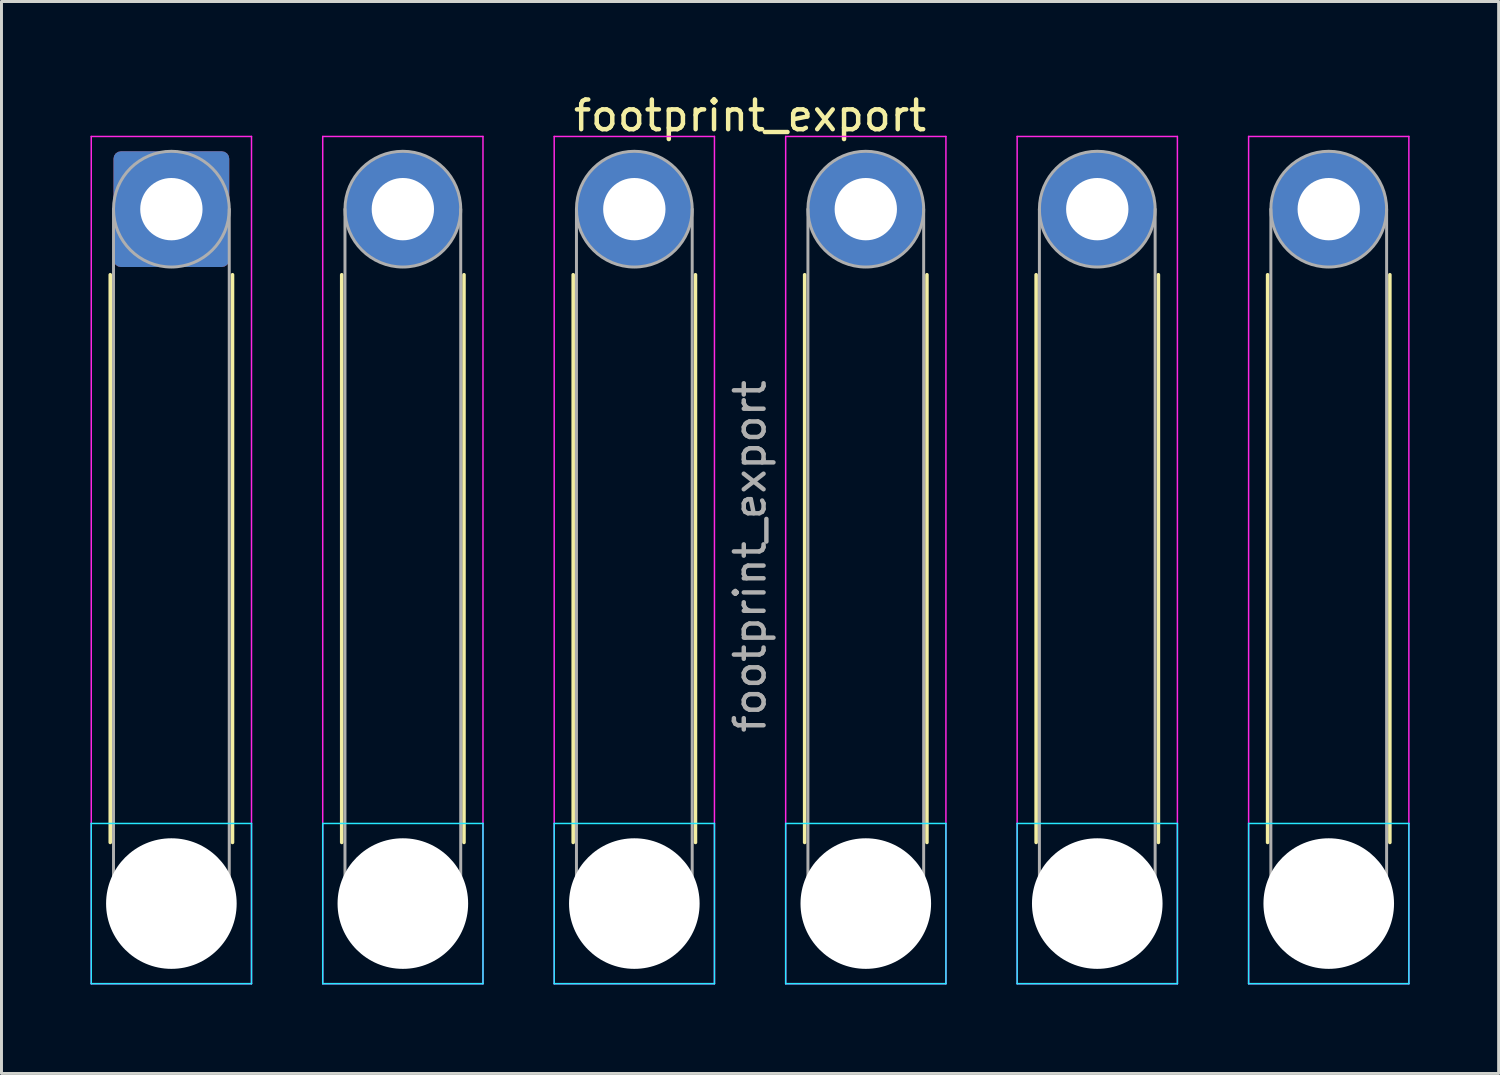
<source format=kicad_pcb>
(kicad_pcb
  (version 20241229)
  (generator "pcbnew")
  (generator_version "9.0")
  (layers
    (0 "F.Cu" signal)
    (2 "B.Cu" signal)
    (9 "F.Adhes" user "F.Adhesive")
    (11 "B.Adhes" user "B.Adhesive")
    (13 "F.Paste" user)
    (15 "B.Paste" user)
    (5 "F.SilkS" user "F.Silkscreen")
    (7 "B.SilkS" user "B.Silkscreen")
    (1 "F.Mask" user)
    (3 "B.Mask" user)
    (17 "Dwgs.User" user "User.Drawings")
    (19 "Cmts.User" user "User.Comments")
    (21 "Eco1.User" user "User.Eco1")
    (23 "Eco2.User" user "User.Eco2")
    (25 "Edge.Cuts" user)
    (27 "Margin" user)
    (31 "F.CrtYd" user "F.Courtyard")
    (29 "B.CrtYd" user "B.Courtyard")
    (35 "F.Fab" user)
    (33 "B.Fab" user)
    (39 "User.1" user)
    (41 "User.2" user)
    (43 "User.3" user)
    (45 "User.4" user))
  (footprint "footprint_export"
    (layer "F.Cu")
    (at 2.725 3.998)
    (property "Reference" "footprint_export" (at 19.5 -3.15 0) (layer "F.SilkS") (effects (font (size 1 1) (thickness 0.15))))
    (attr exclude_from_pos_files exclude_from_bom)
    (fp_line (start -2.06 2.21) (end -2.06 21.34) (stroke (width 0.12) (type solid)) (layer "F.SilkS"))
    (fp_line (start 2.06 2.21) (end 2.06 21.34) (stroke (width 0.12) (type solid)) (layer "F.SilkS"))
    (fp_line (start 5.74 2.21) (end 5.74 21.34) (stroke (width 0.12) (type solid)) (layer "F.SilkS"))
    (fp_line (start 9.86 2.21) (end 9.86 21.34) (stroke (width 0.12) (type solid)) (layer "F.SilkS"))
    (fp_line (start 13.54 2.21) (end 13.54 21.34) (stroke (width 0.12) (type solid)) (layer "F.SilkS"))
    (fp_line (start 17.66 2.21) (end 17.66 21.34) (stroke (width 0.12) (type solid)) (layer "F.SilkS"))
    (fp_line (start 21.34 2.21) (end 21.34 21.34) (stroke (width 0.12) (type solid)) (layer "F.SilkS"))
    (fp_line (start 25.46 2.21) (end 25.46 21.34) (stroke (width 0.12) (type solid)) (layer "F.SilkS"))
    (fp_line (start 29.14 2.21) (end 29.14 21.34) (stroke (width 0.12) (type solid)) (layer "F.SilkS"))
    (fp_line (start 33.26 2.21) (end 33.26 21.34) (stroke (width 0.12) (type solid)) (layer "F.SilkS"))
    (fp_line (start 36.94 2.21) (end 36.94 21.34) (stroke (width 0.12) (type solid)) (layer "F.SilkS"))
    (fp_line (start 41.06 2.21) (end 41.06 21.34) (stroke (width 0.12) (type solid)) (layer "F.SilkS"))
    (fp_line (start -2.7 20.7) (end -2.7 26.1) (stroke (width 0.05) (type solid)) (layer "B.CrtYd"))
    (fp_line (start -2.7 26.1) (end 2.7 26.1) (stroke (width 0.05) (type solid)) (layer "B.CrtYd"))
    (fp_line (start 2.7 20.7) (end -2.7 20.7) (stroke (width 0.05) (type solid)) (layer "B.CrtYd"))
    (fp_line (start 2.7 26.1) (end 2.7 20.7) (stroke (width 0.05) (type solid)) (layer "B.CrtYd"))
    (fp_line (start 5.1 20.7) (end 5.1 26.1) (stroke (width 0.05) (type solid)) (layer "B.CrtYd"))
    (fp_line (start 5.1 26.1) (end 10.5 26.1) (stroke (width 0.05) (type solid)) (layer "B.CrtYd"))
    (fp_line (start 10.5 20.7) (end 5.1 20.7) (stroke (width 0.05) (type solid)) (layer "B.CrtYd"))
    (fp_line (start 10.5 26.1) (end 10.5 20.7) (stroke (width 0.05) (type solid)) (layer "B.CrtYd"))
    (fp_line (start 12.9 20.7) (end 12.9 26.1) (stroke (width 0.05) (type solid)) (layer "B.CrtYd"))
    (fp_line (start 12.9 26.1) (end 18.3 26.1) (stroke (width 0.05) (type solid)) (layer "B.CrtYd"))
    (fp_line (start 18.3 20.7) (end 12.9 20.7) (stroke (width 0.05) (type solid)) (layer "B.CrtYd"))
    (fp_line (start 18.3 26.1) (end 18.3 20.7) (stroke (width 0.05) (type solid)) (layer "B.CrtYd"))
    (fp_line (start 20.7 20.7) (end 20.7 26.1) (stroke (width 0.05) (type solid)) (layer "B.CrtYd"))
    (fp_line (start 20.7 26.1) (end 26.1 26.1) (stroke (width 0.05) (type solid)) (layer "B.CrtYd"))
    (fp_line (start 26.1 20.7) (end 20.7 20.7) (stroke (width 0.05) (type solid)) (layer "B.CrtYd"))
    (fp_line (start 26.1 26.1) (end 26.1 20.7) (stroke (width 0.05) (type solid)) (layer "B.CrtYd"))
    (fp_line (start 28.5 20.7) (end 28.5 26.1) (stroke (width 0.05) (type solid)) (layer "B.CrtYd"))
    (fp_line (start 28.5 26.1) (end 33.9 26.1) (stroke (width 0.05) (type solid)) (layer "B.CrtYd"))
    (fp_line (start 33.9 20.7) (end 28.5 20.7) (stroke (width 0.05) (type solid)) (layer "B.CrtYd"))
    (fp_line (start 33.9 26.1) (end 33.9 20.7) (stroke (width 0.05) (type solid)) (layer "B.CrtYd"))
    (fp_line (start 36.3 20.7) (end 36.3 26.1) (stroke (width 0.05) (type solid)) (layer "B.CrtYd"))
    (fp_line (start 36.3 26.1) (end 41.7 26.1) (stroke (width 0.05) (type solid)) (layer "B.CrtYd"))
    (fp_line (start 41.7 20.7) (end 36.3 20.7) (stroke (width 0.05) (type solid)) (layer "B.CrtYd"))
    (fp_line (start 41.7 26.1) (end 41.7 20.7) (stroke (width 0.05) (type solid)) (layer "B.CrtYd"))
    (fp_line (start -2.7 -2.45) (end -2.7 26.1) (stroke (width 0.05) (type solid)) (layer "F.CrtYd"))
    (fp_line (start -2.7 26.1) (end 2.7 26.1) (stroke (width 0.05) (type solid)) (layer "F.CrtYd"))
    (fp_line (start 2.7 -2.45) (end -2.7 -2.45) (stroke (width 0.05) (type solid)) (layer "F.CrtYd"))
    (fp_line (start 2.7 26.1) (end 2.7 -2.45) (stroke (width 0.05) (type solid)) (layer "F.CrtYd"))
    (fp_line (start 5.1 -2.45) (end 5.1 26.1) (stroke (width 0.05) (type solid)) (layer "F.CrtYd"))
    (fp_line (start 5.1 26.1) (end 10.5 26.1) (stroke (width 0.05) (type solid)) (layer "F.CrtYd"))
    (fp_line (start 10.5 -2.45) (end 5.1 -2.45) (stroke (width 0.05) (type solid)) (layer "F.CrtYd"))
    (fp_line (start 10.5 26.1) (end 10.5 -2.45) (stroke (width 0.05) (type solid)) (layer "F.CrtYd"))
    (fp_line (start 12.9 -2.45) (end 12.9 26.1) (stroke (width 0.05) (type solid)) (layer "F.CrtYd"))
    (fp_line (start 12.9 26.1) (end 18.3 26.1) (stroke (width 0.05) (type solid)) (layer "F.CrtYd"))
    (fp_line (start 18.3 -2.45) (end 12.9 -2.45) (stroke (width 0.05) (type solid)) (layer "F.CrtYd"))
    (fp_line (start 18.3 26.1) (end 18.3 -2.45) (stroke (width 0.05) (type solid)) (layer "F.CrtYd"))
    (fp_line (start 20.7 -2.45) (end 20.7 26.1) (stroke (width 0.05) (type solid)) (layer "F.CrtYd"))
    (fp_line (start 20.7 26.1) (end 26.1 26.1) (stroke (width 0.05) (type solid)) (layer "F.CrtYd"))
    (fp_line (start 26.1 -2.45) (end 20.7 -2.45) (stroke (width 0.05) (type solid)) (layer "F.CrtYd"))
    (fp_line (start 26.1 26.1) (end 26.1 -2.45) (stroke (width 0.05) (type solid)) (layer "F.CrtYd"))
    (fp_line (start 28.5 -2.45) (end 28.5 26.1) (stroke (width 0.05) (type solid)) (layer "F.CrtYd"))
    (fp_line (start 28.5 26.1) (end 33.9 26.1) (stroke (width 0.05) (type solid)) (layer "F.CrtYd"))
    (fp_line (start 33.9 -2.45) (end 28.5 -2.45) (stroke (width 0.05) (type solid)) (layer "F.CrtYd"))
    (fp_line (start 33.9 26.1) (end 33.9 -2.45) (stroke (width 0.05) (type solid)) (layer "F.CrtYd"))
    (fp_line (start 36.3 -2.45) (end 36.3 26.1) (stroke (width 0.05) (type solid)) (layer "F.CrtYd"))
    (fp_line (start 36.3 26.1) (end 41.7 26.1) (stroke (width 0.05) (type solid)) (layer "F.CrtYd"))
    (fp_line (start 41.7 -2.45) (end 36.3 -2.45) (stroke (width 0.05) (type solid)) (layer "F.CrtYd"))
    (fp_line (start 41.7 26.1) (end 41.7 -2.45) (stroke (width 0.05) (type solid)) (layer "F.CrtYd"))
    (fp_line (start -1.95 0) (end -1.95 23.4) (stroke (width 0.1) (type solid)) (layer "F.Fab"))
    (fp_line (start 1.95 0) (end 1.95 23.4) (stroke (width 0.1) (type solid)) (layer "F.Fab"))
    (fp_line (start 5.85 0) (end 5.85 23.4) (stroke (width 0.1) (type solid)) (layer "F.Fab"))
    (fp_line (start 9.75 0) (end 9.75 23.4) (stroke (width 0.1) (type solid)) (layer "F.Fab"))
    (fp_line (start 13.65 0) (end 13.65 23.4) (stroke (width 0.1) (type solid)) (layer "F.Fab"))
    (fp_line (start 17.55 0) (end 17.55 23.4) (stroke (width 0.1) (type solid)) (layer "F.Fab"))
    (fp_line (start 21.45 0) (end 21.45 23.4) (stroke (width 0.1) (type solid)) (layer "F.Fab"))
    (fp_line (start 25.35 0) (end 25.35 23.4) (stroke (width 0.1) (type solid)) (layer "F.Fab"))
    (fp_line (start 29.25 0) (end 29.25 23.4) (stroke (width 0.1) (type solid)) (layer "F.Fab"))
    (fp_line (start 33.15 0) (end 33.15 23.4) (stroke (width 0.1) (type solid)) (layer "F.Fab"))
    (fp_line (start 37.05 0) (end 37.05 23.4) (stroke (width 0.1) (type solid)) (layer "F.Fab"))
    (fp_line (start 40.95 0) (end 40.95 23.4) (stroke (width 0.1) (type solid)) (layer "F.Fab"))
    (fp_circle (center 0 0) (end 1.95 0) (stroke (width 0.1) (type solid)) (fill no) (layer "F.Fab"))
    (fp_circle (center 0 23.4) (end 1.95 23.4) (stroke (width 0.1) (type solid)) (fill no) (layer "F.Fab"))
    (fp_circle (center 7.8 0) (end 9.75 0) (stroke (width 0.1) (type solid)) (fill no) (layer "F.Fab"))
    (fp_circle (center 7.8 23.4) (end 9.75 23.4) (stroke (width 0.1) (type solid)) (fill no) (layer "F.Fab"))
    (fp_circle (center 15.6 0) (end 17.55 0) (stroke (width 0.1) (type solid)) (fill no) (layer "F.Fab"))
    (fp_circle (center 15.6 23.4) (end 17.55 23.4) (stroke (width 0.1) (type solid)) (fill no) (layer "F.Fab"))
    (fp_circle (center 23.4 0) (end 25.35 0) (stroke (width 0.1) (type solid)) (fill no) (layer "F.Fab"))
    (fp_circle (center 23.4 23.4) (end 25.35 23.4) (stroke (width 0.1) (type solid)) (fill no) (layer "F.Fab"))
    (fp_circle (center 31.2 0) (end 33.15 0) (stroke (width 0.1) (type solid)) (fill no) (layer "F.Fab"))
    (fp_circle (center 31.2 23.4) (end 33.15 23.4) (stroke (width 0.1) (type solid)) (fill no) (layer "F.Fab"))
    (fp_circle (center 39 0) (end 40.95 0) (stroke (width 0.1) (type solid)) (fill no) (layer "F.Fab"))
    (fp_circle (center 39 23.4) (end 40.95 23.4) (stroke (width 0.1) (type solid)) (fill no) (layer "F.Fab"))
    (fp_text user "${REFERENCE}" (at 19.5 11.7 90) (layer "F.Fab") (effects (font (size 1 1) (thickness 0.15))))
    (pad "" np_thru_hole circle (at 0 23.4) (size 4.4 4.4) (drill 4.4) (layers "*.Cu" "*.Mask"))
    (pad "" np_thru_hole circle (at 7.8 23.4) (size 4.4 4.4) (drill 4.4) (layers "*.Cu" "*.Mask"))
    (pad "" np_thru_hole circle (at 15.6 23.4) (size 4.4 4.4) (drill 4.4) (layers "*.Cu" "*.Mask"))
    (pad "" np_thru_hole circle (at 23.4 23.4) (size 4.4 4.4) (drill 4.4) (layers "*.Cu" "*.Mask"))
    (pad "" np_thru_hole circle (at 31.2 23.4) (size 4.4 4.4) (drill 4.4) (layers "*.Cu" "*.Mask"))
    (pad "" np_thru_hole circle (at 39 23.4) (size 4.4 4.4) (drill 4.4) (layers "*.Cu" "*.Mask"))
    (pad "1" thru_hole roundrect (at 0 0) (size 3.9 3.9) (drill 2.1) (layers "*.Cu" "*.Mask") (roundrect_rratio 0.064))
    (pad "2" thru_hole circle (at 7.8 0) (size 3.9 3.9) (drill 2.1) (layers "*.Cu" "*.Mask"))
    (pad "3" thru_hole circle (at 15.6 0) (size 3.9 3.9) (drill 2.1) (layers "*.Cu" "*.Mask"))
    (pad "4" thru_hole circle (at 23.4 0) (size 3.9 3.9) (drill 2.1) (layers "*.Cu" "*.Mask"))
    (pad "5" thru_hole circle (at 31.2 0) (size 3.9 3.9) (drill 2.1) (layers "*.Cu" "*.Mask"))
    (pad "6" thru_hole circle (at 39 0) (size 3.9 3.9) (drill 2.1) (layers "*.Cu" "*.Mask")))
  (gr_rect
    (start -3 -3)
    (end 47.45 33.123)
    (stroke (width 0.1) (type default))
    (fill no)
    (layer "Edge.Cuts")))
</source>
